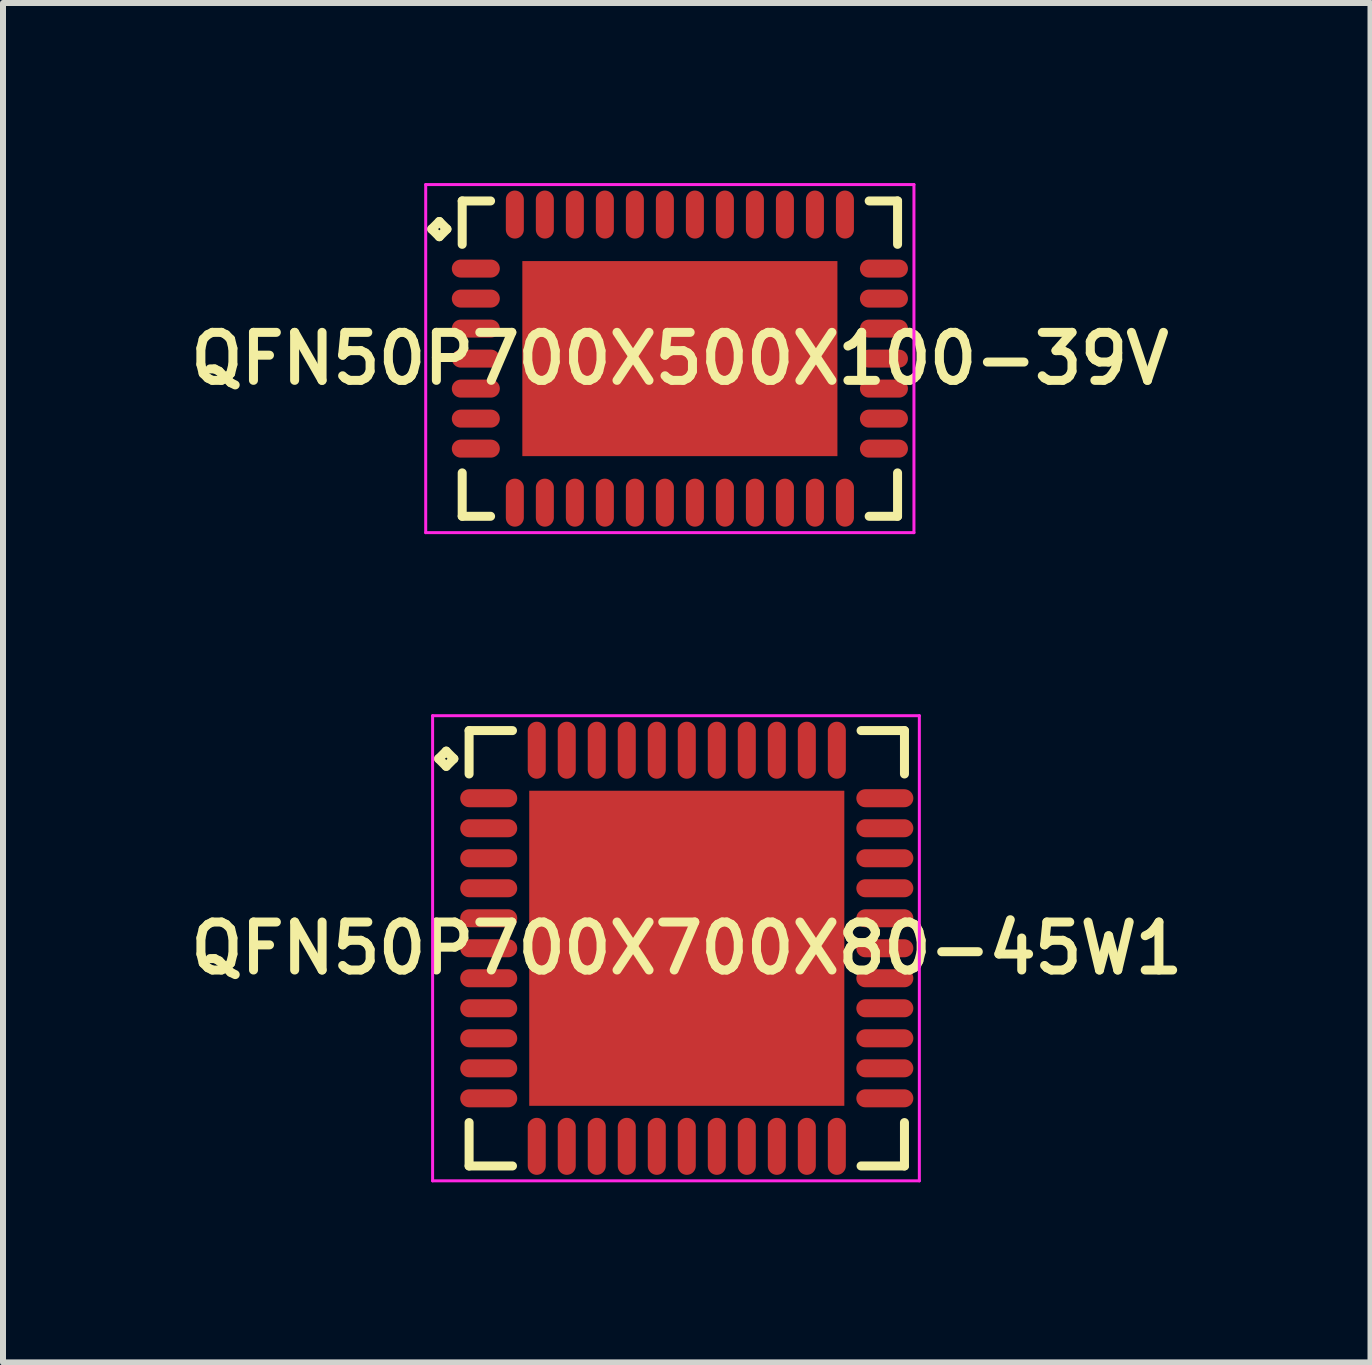
<source format=kicad_pcb>
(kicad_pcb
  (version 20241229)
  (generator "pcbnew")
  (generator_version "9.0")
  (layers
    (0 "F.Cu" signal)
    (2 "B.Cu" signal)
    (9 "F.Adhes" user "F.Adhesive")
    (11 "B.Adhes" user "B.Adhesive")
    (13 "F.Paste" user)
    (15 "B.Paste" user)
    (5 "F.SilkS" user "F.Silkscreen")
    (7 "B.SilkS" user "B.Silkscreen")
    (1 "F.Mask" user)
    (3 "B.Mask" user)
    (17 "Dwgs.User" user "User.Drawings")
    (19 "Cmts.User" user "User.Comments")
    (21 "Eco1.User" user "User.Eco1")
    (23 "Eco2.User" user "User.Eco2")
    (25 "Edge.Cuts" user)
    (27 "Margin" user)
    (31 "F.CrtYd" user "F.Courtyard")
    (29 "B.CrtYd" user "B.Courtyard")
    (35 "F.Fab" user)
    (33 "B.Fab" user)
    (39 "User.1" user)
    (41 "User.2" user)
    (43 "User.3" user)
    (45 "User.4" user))
  (footprint "QFN50P700X500X100-39V"
    (layer "F.Cu")
    (at 8.278 2.925)
    (property "Reference" "QFN50P700X500X100-39V" (at 0 0 0) (layer "F.SilkS") (effects (font (size 0.8 0.8) (thickness 0.15))))
    (attr smd)
    (fp_line (start -4.135 -2.158) (end -4.008 -2.285) (stroke (width 0.15) (type solid)) (layer "F.SilkS"))
    (fp_line (start -4.008 -2.285) (end -3.881 -2.158) (stroke (width 0.15) (type solid)) (layer "F.SilkS"))
    (fp_line (start -4.008 -2.031) (end -4.135 -2.158) (stroke (width 0.15) (type solid)) (layer "F.SilkS"))
    (fp_line (start -3.881 -2.158) (end -4.008 -2.031) (stroke (width 0.15) (type solid)) (layer "F.SilkS"))
    (fp_line (start -3.627 -2.627) (end -3.154 -2.627) (stroke (width 0.15) (type solid)) (layer "F.SilkS"))
    (fp_line (start -3.627 -1.904) (end -3.627 -2.627) (stroke (width 0.15) (type solid)) (layer "F.SilkS"))
    (fp_line (start -3.627 1.904) (end -3.627 2.627) (stroke (width 0.15) (type solid)) (layer "F.SilkS"))
    (fp_line (start -3.627 2.627) (end -3.154 2.627) (stroke (width 0.15) (type solid)) (layer "F.SilkS"))
    (fp_line (start 3.154 -2.627) (end 3.627 -2.627) (stroke (width 0.15) (type solid)) (layer "F.SilkS"))
    (fp_line (start 3.154 2.627) (end 3.627 2.627) (stroke (width 0.15) (type solid)) (layer "F.SilkS"))
    (fp_line (start 3.627 -2.627) (end 3.627 -1.904) (stroke (width 0.15) (type solid)) (layer "F.SilkS"))
    (fp_line (start 3.627 2.627) (end 3.627 1.904) (stroke (width 0.15) (type solid)) (layer "F.SilkS"))
    (fp_line (start -4.235 -2.9) (end 3.9 -2.9) (stroke (width 0.05) (type solid)) (layer "F.CrtYd"))
    (fp_line (start -4.235 2.9) (end -4.235 -2.9) (stroke (width 0.05) (type solid)) (layer "F.CrtYd"))
    (fp_line (start 3.9 -2.9) (end 3.9 2.9) (stroke (width 0.05) (type solid)) (layer "F.CrtYd"))
    (fp_line (start 3.9 2.9) (end -4.235 2.9) (stroke (width 0.05) (type solid)) (layer "F.CrtYd"))
    (pad "1" smd oval (at -3.4 -1.5) (size 0.8 0.3) (layers "F.Cu" "F.Mask" "F.Paste"))
    (pad "2" smd oval (at -3.4 -1) (size 0.8 0.3) (layers "F.Cu" "F.Mask" "F.Paste"))
    (pad "3" smd oval (at -3.4 -0.5) (size 0.8 0.3) (layers "F.Cu" "F.Mask" "F.Paste"))
    (pad "4" smd oval (at -3.4 0) (size 0.8 0.3) (layers "F.Cu" "F.Mask" "F.Paste"))
    (pad "5" smd oval (at -3.4 0.5) (size 0.8 0.3) (layers "F.Cu" "F.Mask" "F.Paste"))
    (pad "6" smd oval (at -3.4 1) (size 0.8 0.3) (layers "F.Cu" "F.Mask" "F.Paste"))
    (pad "7" smd oval (at -3.4 1.5) (size 0.8 0.3) (layers "F.Cu" "F.Mask" "F.Paste"))
    (pad "8" smd oval (at -2.75 2.4) (size 0.3 0.8) (layers "F.Cu" "F.Mask" "F.Paste"))
    (pad "9" smd oval (at -2.25 2.4) (size 0.3 0.8) (layers "F.Cu" "F.Mask" "F.Paste"))
    (pad "10" smd oval (at -1.75 2.4) (size 0.3 0.8) (layers "F.Cu" "F.Mask" "F.Paste"))
    (pad "11" smd oval (at -1.25 2.4) (size 0.3 0.8) (layers "F.Cu" "F.Mask" "F.Paste"))
    (pad "12" smd oval (at -0.75 2.4) (size 0.3 0.8) (layers "F.Cu" "F.Mask" "F.Paste"))
    (pad "13" smd oval (at -0.25 2.4) (size 0.3 0.8) (layers "F.Cu" "F.Mask" "F.Paste"))
    (pad "14" smd oval (at 0.25 2.4) (size 0.3 0.8) (layers "F.Cu" "F.Mask" "F.Paste"))
    (pad "15" smd oval (at 0.75 2.4) (size 0.3 0.8) (layers "F.Cu" "F.Mask" "F.Paste"))
    (pad "16" smd oval (at 1.25 2.4) (size 0.3 0.8) (layers "F.Cu" "F.Mask" "F.Paste"))
    (pad "17" smd oval (at 1.75 2.4) (size 0.3 0.8) (layers "F.Cu" "F.Mask" "F.Paste"))
    (pad "18" smd oval (at 2.25 2.4) (size 0.3 0.8) (layers "F.Cu" "F.Mask" "F.Paste"))
    (pad "19" smd oval (at 2.75 2.4) (size 0.3 0.8) (layers "F.Cu" "F.Mask" "F.Paste"))
    (pad "20" smd oval (at 3.4 1.5) (size 0.8 0.3) (layers "F.Cu" "F.Mask" "F.Paste"))
    (pad "21" smd oval (at 3.4 1) (size 0.8 0.3) (layers "F.Cu" "F.Mask" "F.Paste"))
    (pad "22" smd oval (at 3.4 0.5) (size 0.8 0.3) (layers "F.Cu" "F.Mask" "F.Paste"))
    (pad "23" smd oval (at 3.4 0) (size 0.8 0.3) (layers "F.Cu" "F.Mask" "F.Paste"))
    (pad "24" smd oval (at 3.4 -0.5) (size 0.8 0.3) (layers "F.Cu" "F.Mask" "F.Paste"))
    (pad "25" smd oval (at 3.4 -1) (size 0.8 0.3) (layers "F.Cu" "F.Mask" "F.Paste"))
    (pad "26" smd oval (at 3.4 -1.5) (size 0.8 0.3) (layers "F.Cu" "F.Mask" "F.Paste"))
    (pad "27" smd oval (at 2.75 -2.4) (size 0.3 0.8) (layers "F.Cu" "F.Mask" "F.Paste"))
    (pad "28" smd oval (at 2.25 -2.4) (size 0.3 0.8) (layers "F.Cu" "F.Mask" "F.Paste"))
    (pad "29" smd oval (at 1.75 -2.4) (size 0.3 0.8) (layers "F.Cu" "F.Mask" "F.Paste"))
    (pad "30" smd oval (at 1.25 -2.4) (size 0.3 0.8) (layers "F.Cu" "F.Mask" "F.Paste"))
    (pad "31" smd oval (at 0.75 -2.4) (size 0.3 0.8) (layers "F.Cu" "F.Mask" "F.Paste"))
    (pad "32" smd oval (at 0.25 -2.4) (size 0.3 0.8) (layers "F.Cu" "F.Mask" "F.Paste"))
    (pad "33" smd oval (at -0.25 -2.4) (size 0.3 0.8) (layers "F.Cu" "F.Mask" "F.Paste"))
    (pad "34" smd oval (at -0.75 -2.4) (size 0.3 0.8) (layers "F.Cu" "F.Mask" "F.Paste"))
    (pad "35" smd oval (at -1.25 -2.4) (size 0.3 0.8) (layers "F.Cu" "F.Mask" "F.Paste"))
    (pad "36" smd oval (at -1.75 -2.4) (size 0.3 0.8) (layers "F.Cu" "F.Mask" "F.Paste"))
    (pad "37" smd oval (at -2.25 -2.4) (size 0.3 0.8) (layers "F.Cu" "F.Mask" "F.Paste"))
    (pad "38" smd oval (at -2.75 -2.4) (size 0.3 0.8) (layers "F.Cu" "F.Mask" "F.Paste"))
    (pad "39" smd rect (at 0 0) (size 5.25 3.25) (layers "F.Cu" "F.Mask" "F.Paste")))
  (footprint "QFN50P700X700X80-45W1"
    (layer "F.Cu")
    (at 8.393 12.75)
    (property "Reference" "QFN50P700X700X80-45W1" (at 0 0 0) (layer "F.SilkS") (effects (font (size 0.8 0.8) (thickness 0.15))))
    (attr smd)
    (fp_line (start -4.135 -3.158) (end -4.008 -3.285) (stroke (width 0.15) (type solid)) (layer "F.SilkS"))
    (fp_line (start -4.008 -3.285) (end -3.881 -3.158) (stroke (width 0.15) (type solid)) (layer "F.SilkS"))
    (fp_line (start -4.008 -3.031) (end -4.135 -3.158) (stroke (width 0.15) (type solid)) (layer "F.SilkS"))
    (fp_line (start -3.881 -3.158) (end -4.008 -3.031) (stroke (width 0.15) (type solid)) (layer "F.SilkS"))
    (fp_line (start -3.627 -3.627) (end -2.904 -3.627) (stroke (width 0.15) (type solid)) (layer "F.SilkS"))
    (fp_line (start -3.627 -2.904) (end -3.627 -3.627) (stroke (width 0.15) (type solid)) (layer "F.SilkS"))
    (fp_line (start -3.627 2.904) (end -3.627 3.627) (stroke (width 0.15) (type solid)) (layer "F.SilkS"))
    (fp_line (start -3.627 3.627) (end -2.904 3.627) (stroke (width 0.15) (type solid)) (layer "F.SilkS"))
    (fp_line (start 2.904 -3.627) (end 3.627 -3.627) (stroke (width 0.15) (type solid)) (layer "F.SilkS"))
    (fp_line (start 2.904 3.627) (end 3.627 3.627) (stroke (width 0.15) (type solid)) (layer "F.SilkS"))
    (fp_line (start 3.627 -3.627) (end 3.627 -2.904) (stroke (width 0.15) (type solid)) (layer "F.SilkS"))
    (fp_line (start 3.627 3.627) (end 3.627 2.904) (stroke (width 0.15) (type solid)) (layer "F.SilkS"))
    (fp_line (start -4.235 -3.875) (end 3.875 -3.875) (stroke (width 0.05) (type solid)) (layer "F.CrtYd"))
    (fp_line (start -4.235 3.875) (end -4.235 -3.875) (stroke (width 0.05) (type solid)) (layer "F.CrtYd"))
    (fp_line (start 3.875 -3.875) (end 3.875 3.875) (stroke (width 0.05) (type solid)) (layer "F.CrtYd"))
    (fp_line (start 3.875 3.875) (end -4.235 3.875) (stroke (width 0.05) (type solid)) (layer "F.CrtYd"))
    (pad "1" smd oval (at -3.3 -2.5) (size 0.95 0.3) (layers "F.Cu" "F.Mask" "F.Paste"))
    (pad "2" smd oval (at -3.3 -2) (size 0.95 0.3) (layers "F.Cu" "F.Mask" "F.Paste"))
    (pad "3" smd oval (at -3.3 -1.5) (size 0.95 0.3) (layers "F.Cu" "F.Mask" "F.Paste"))
    (pad "4" smd oval (at -3.3 -1) (size 0.95 0.3) (layers "F.Cu" "F.Mask" "F.Paste"))
    (pad "5" smd oval (at -3.3 -0.5) (size 0.95 0.3) (layers "F.Cu" "F.Mask" "F.Paste"))
    (pad "6" smd oval (at -3.3 0) (size 0.95 0.3) (layers "F.Cu" "F.Mask" "F.Paste"))
    (pad "7" smd oval (at -3.3 0.5) (size 0.95 0.3) (layers "F.Cu" "F.Mask" "F.Paste"))
    (pad "8" smd oval (at -3.3 1) (size 0.95 0.3) (layers "F.Cu" "F.Mask" "F.Paste"))
    (pad "9" smd oval (at -3.3 1.5) (size 0.95 0.3) (layers "F.Cu" "F.Mask" "F.Paste"))
    (pad "10" smd oval (at -3.3 2) (size 0.95 0.3) (layers "F.Cu" "F.Mask" "F.Paste"))
    (pad "11" smd oval (at -3.3 2.5) (size 0.95 0.3) (layers "F.Cu" "F.Mask" "F.Paste"))
    (pad "12" smd oval (at -2.5 3.3) (size 0.3 0.95) (layers "F.Cu" "F.Mask" "F.Paste"))
    (pad "13" smd oval (at -2 3.3) (size 0.3 0.95) (layers "F.Cu" "F.Mask" "F.Paste"))
    (pad "14" smd oval (at -1.5 3.3) (size 0.3 0.95) (layers "F.Cu" "F.Mask" "F.Paste"))
    (pad "15" smd oval (at -1 3.3) (size 0.3 0.95) (layers "F.Cu" "F.Mask" "F.Paste"))
    (pad "16" smd oval (at -0.5 3.3) (size 0.3 0.95) (layers "F.Cu" "F.Mask" "F.Paste"))
    (pad "17" smd oval (at 0 3.3) (size 0.3 0.95) (layers "F.Cu" "F.Mask" "F.Paste"))
    (pad "18" smd oval (at 0.5 3.3) (size 0.3 0.95) (layers "F.Cu" "F.Mask" "F.Paste"))
    (pad "19" smd oval (at 1 3.3) (size 0.3 0.95) (layers "F.Cu" "F.Mask" "F.Paste"))
    (pad "20" smd oval (at 1.5 3.3) (size 0.3 0.95) (layers "F.Cu" "F.Mask" "F.Paste"))
    (pad "21" smd oval (at 2 3.3) (size 0.3 0.95) (layers "F.Cu" "F.Mask" "F.Paste"))
    (pad "22" smd oval (at 2.5 3.3) (size 0.3 0.95) (layers "F.Cu" "F.Mask" "F.Paste"))
    (pad "23" smd oval (at 3.3 2.5) (size 0.95 0.3) (layers "F.Cu" "F.Mask" "F.Paste"))
    (pad "24" smd oval (at 3.3 2) (size 0.95 0.3) (layers "F.Cu" "F.Mask" "F.Paste"))
    (pad "25" smd oval (at 3.3 1.5) (size 0.95 0.3) (layers "F.Cu" "F.Mask" "F.Paste"))
    (pad "26" smd oval (at 3.3 1) (size 0.95 0.3) (layers "F.Cu" "F.Mask" "F.Paste"))
    (pad "27" smd oval (at 3.3 0.5) (size 0.95 0.3) (layers "F.Cu" "F.Mask" "F.Paste"))
    (pad "28" smd oval (at 3.3 0) (size 0.95 0.3) (layers "F.Cu" "F.Mask" "F.Paste"))
    (pad "29" smd oval (at 3.3 -0.5) (size 0.95 0.3) (layers "F.Cu" "F.Mask" "F.Paste"))
    (pad "30" smd oval (at 3.3 -1) (size 0.95 0.3) (layers "F.Cu" "F.Mask" "F.Paste"))
    (pad "31" smd oval (at 3.3 -1.5) (size 0.95 0.3) (layers "F.Cu" "F.Mask" "F.Paste"))
    (pad "32" smd oval (at 3.3 -2) (size 0.95 0.3) (layers "F.Cu" "F.Mask" "F.Paste"))
    (pad "33" smd oval (at 3.3 -2.5) (size 0.95 0.3) (layers "F.Cu" "F.Mask" "F.Paste"))
    (pad "34" smd oval (at 2.5 -3.3) (size 0.3 0.95) (layers "F.Cu" "F.Mask" "F.Paste"))
    (pad "35" smd oval (at 2 -3.3) (size 0.3 0.95) (layers "F.Cu" "F.Mask" "F.Paste"))
    (pad "36" smd oval (at 1.5 -3.3) (size 0.3 0.95) (layers "F.Cu" "F.Mask" "F.Paste"))
    (pad "37" smd oval (at 1 -3.3) (size 0.3 0.95) (layers "F.Cu" "F.Mask" "F.Paste"))
    (pad "38" smd oval (at 0.5 -3.3) (size 0.3 0.95) (layers "F.Cu" "F.Mask" "F.Paste"))
    (pad "39" smd oval (at 0 -3.3) (size 0.3 0.95) (layers "F.Cu" "F.Mask" "F.Paste"))
    (pad "40" smd oval (at -0.5 -3.3) (size 0.3 0.95) (layers "F.Cu" "F.Mask" "F.Paste"))
    (pad "41" smd oval (at -1 -3.3) (size 0.3 0.95) (layers "F.Cu" "F.Mask" "F.Paste"))
    (pad "42" smd oval (at -1.5 -3.3) (size 0.3 0.95) (layers "F.Cu" "F.Mask" "F.Paste"))
    (pad "43" smd oval (at -2 -3.3) (size 0.3 0.95) (layers "F.Cu" "F.Mask" "F.Paste"))
    (pad "44" smd oval (at -2.5 -3.3) (size 0.3 0.95) (layers "F.Cu" "F.Mask" "F.Paste"))
    (pad "45" smd rect (at 0 0) (size 5.25 5.25) (layers "F.Cu" "F.Mask" "F.Paste")))
  (gr_rect
    (start -3 -3)
    (end 19.785 19.65)
    (stroke (width 0.1) (type default))
    (fill no)
    (layer "Edge.Cuts")))
</source>
